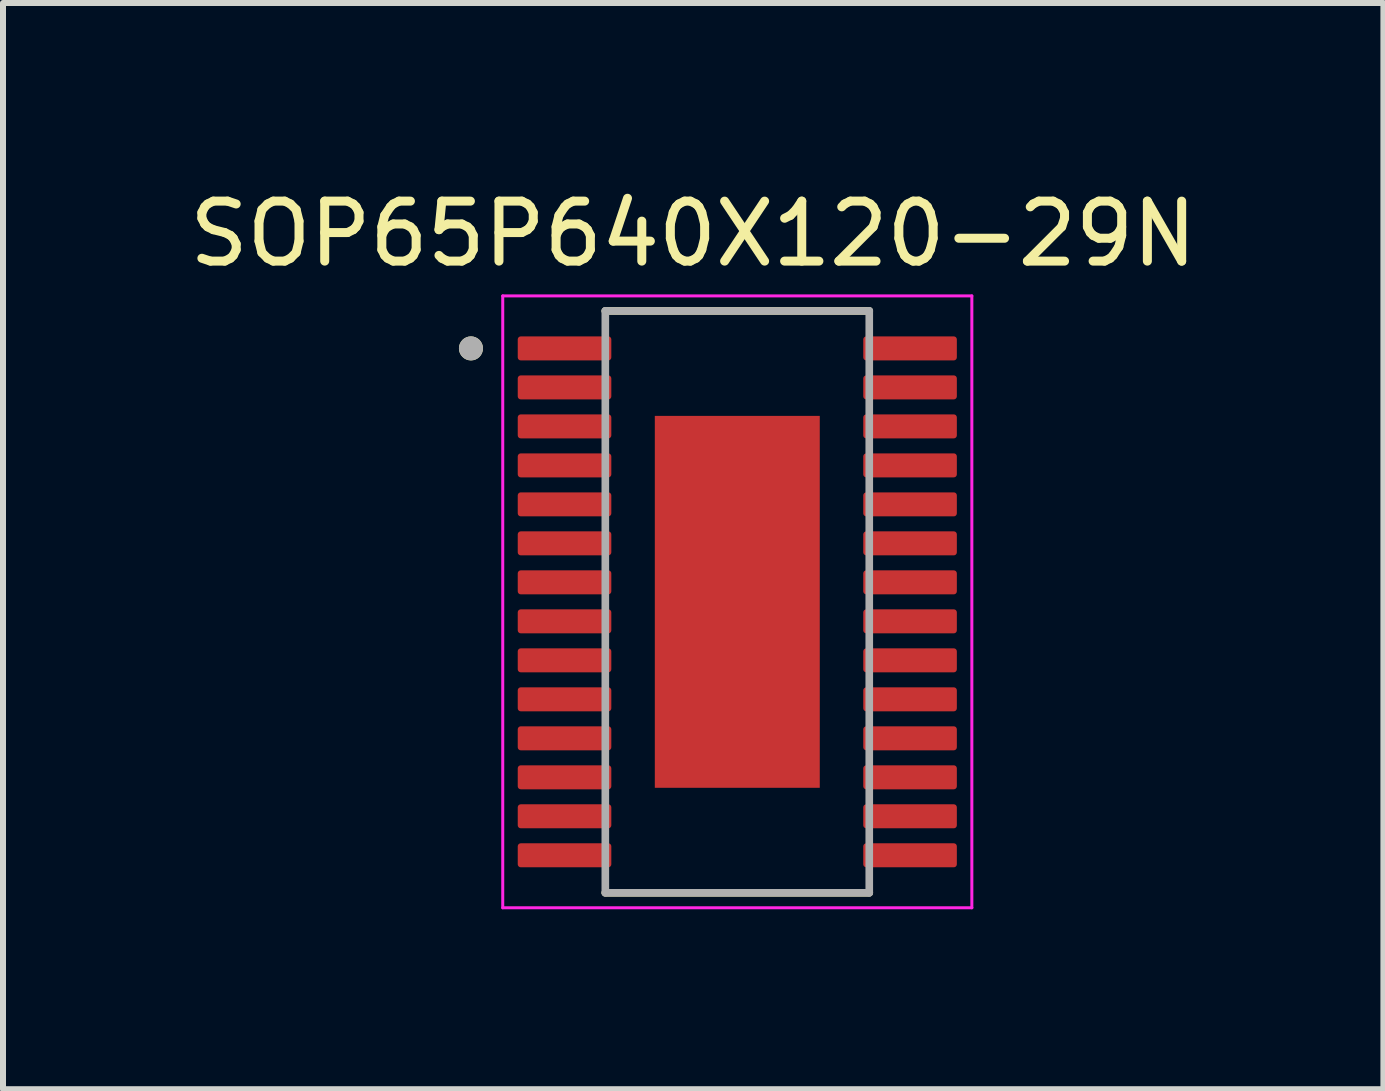
<source format=kicad_pcb>
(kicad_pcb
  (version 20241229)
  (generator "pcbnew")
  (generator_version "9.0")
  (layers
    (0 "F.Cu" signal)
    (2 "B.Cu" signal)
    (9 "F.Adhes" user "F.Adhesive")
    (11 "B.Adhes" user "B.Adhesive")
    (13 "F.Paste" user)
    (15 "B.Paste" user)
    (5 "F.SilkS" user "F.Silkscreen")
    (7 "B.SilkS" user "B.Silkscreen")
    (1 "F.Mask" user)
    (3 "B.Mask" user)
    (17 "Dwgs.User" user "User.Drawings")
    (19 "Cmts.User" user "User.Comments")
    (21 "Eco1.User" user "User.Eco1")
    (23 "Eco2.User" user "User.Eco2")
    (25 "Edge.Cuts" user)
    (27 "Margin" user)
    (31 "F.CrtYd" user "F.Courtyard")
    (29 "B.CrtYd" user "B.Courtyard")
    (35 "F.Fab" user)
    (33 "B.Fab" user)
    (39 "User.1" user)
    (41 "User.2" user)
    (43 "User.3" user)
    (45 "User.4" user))
  (footprint "SOP65P640X120-29N"
    (layer "F.Cu")
    (at 9.241 6.983)
    (property "Reference" "SOP65P640X120-29N" (at -0.735 -6.135 0) (layer "F.SilkS") (effects (font (size 1 1) (thickness 0.15))))
    (attr smd)
    (fp_line (start -2.2 -4.85) (end 2.2 -4.85) (stroke (width 0.127) (type solid)) (layer "F.SilkS"))
    (fp_line (start -2.2 4.85) (end 2.2 4.85) (stroke (width 0.127) (type solid)) (layer "F.SilkS"))
    (fp_circle (center -4.44 -4.225) (end -4.34 -4.225) (stroke (width 0.2) (type solid)) (fill no) (layer "F.SilkS"))
    (fp_poly (pts (xy -0.925 -2.655) (xy -0.225 -2.655) (xy -0.225 -0.225) (xy -0.925 -0.225)) (stroke (width 0.01) (type solid)) (fill yes) (layer "F.Paste"))
    (fp_poly (pts (xy -0.925 0.225) (xy -0.225 0.225) (xy -0.225 2.655) (xy -0.925 2.655)) (stroke (width 0.01) (type solid)) (fill yes) (layer "F.Paste"))
    (fp_poly (pts (xy 0.225 -2.655) (xy 0.925 -2.655) (xy 0.925 -0.225) (xy 0.225 -0.225)) (stroke (width 0.01) (type solid)) (fill yes) (layer "F.Paste"))
    (fp_poly (pts (xy 0.225 0.225) (xy 0.925 0.225) (xy 0.925 2.655) (xy 0.225 2.655)) (stroke (width 0.01) (type solid)) (fill yes) (layer "F.Paste"))
    (fp_line (start -3.91 -5.1) (end -3.91 5.1) (stroke (width 0.05) (type solid)) (layer "F.CrtYd"))
    (fp_line (start -3.91 -5.1) (end 3.91 -5.1) (stroke (width 0.05) (type solid)) (layer "F.CrtYd"))
    (fp_line (start -3.91 5.1) (end 3.91 5.1) (stroke (width 0.05) (type solid)) (layer "F.CrtYd"))
    (fp_line (start 3.91 -5.1) (end 3.91 5.1) (stroke (width 0.05) (type solid)) (layer "F.CrtYd"))
    (fp_line (start -2.2 -4.85) (end -2.2 4.85) (stroke (width 0.127) (type solid)) (layer "F.Fab"))
    (fp_line (start -2.2 -4.85) (end 2.2 -4.85) (stroke (width 0.127) (type solid)) (layer "F.Fab"))
    (fp_line (start -2.2 4.85) (end 2.2 4.85) (stroke (width 0.127) (type solid)) (layer "F.Fab"))
    (fp_line (start 2.2 -4.85) (end 2.2 4.85) (stroke (width 0.127) (type solid)) (layer "F.Fab"))
    (fp_circle (center -4.44 -4.225) (end -4.34 -4.225) (stroke (width 0.2) (type solid)) (fill no) (layer "F.Fab"))
    (pad "1" smd roundrect (at -2.88 -4.225) (size 1.56 0.4) (layers "F.Cu" "F.Mask" "F.Paste") (roundrect_rratio 0.125))
    (pad "2" smd roundrect (at -2.88 -3.575) (size 1.56 0.4) (layers "F.Cu" "F.Mask" "F.Paste") (roundrect_rratio 0.125))
    (pad "3" smd roundrect (at -2.88 -2.925) (size 1.56 0.4) (layers "F.Cu" "F.Mask" "F.Paste") (roundrect_rratio 0.125))
    (pad "4" smd roundrect (at -2.88 -2.275) (size 1.56 0.4) (layers "F.Cu" "F.Mask" "F.Paste") (roundrect_rratio 0.125))
    (pad "5" smd roundrect (at -2.88 -1.625) (size 1.56 0.4) (layers "F.Cu" "F.Mask" "F.Paste") (roundrect_rratio 0.125))
    (pad "6" smd roundrect (at -2.88 -0.975) (size 1.56 0.4) (layers "F.Cu" "F.Mask" "F.Paste") (roundrect_rratio 0.125))
    (pad "7" smd roundrect (at -2.88 -0.325) (size 1.56 0.4) (layers "F.Cu" "F.Mask" "F.Paste") (roundrect_rratio 0.125))
    (pad "8" smd roundrect (at -2.88 0.325) (size 1.56 0.4) (layers "F.Cu" "F.Mask" "F.Paste") (roundrect_rratio 0.125))
    (pad "9" smd roundrect (at -2.88 0.975) (size 1.56 0.4) (layers "F.Cu" "F.Mask" "F.Paste") (roundrect_rratio 0.125))
    (pad "10" smd roundrect (at -2.88 1.625) (size 1.56 0.4) (layers "F.Cu" "F.Mask" "F.Paste") (roundrect_rratio 0.125))
    (pad "11" smd roundrect (at -2.88 2.275) (size 1.56 0.4) (layers "F.Cu" "F.Mask" "F.Paste") (roundrect_rratio 0.125))
    (pad "12" smd roundrect (at -2.88 2.925) (size 1.56 0.4) (layers "F.Cu" "F.Mask" "F.Paste") (roundrect_rratio 0.125))
    (pad "13" smd roundrect (at -2.88 3.575) (size 1.56 0.4) (layers "F.Cu" "F.Mask" "F.Paste") (roundrect_rratio 0.125))
    (pad "14" smd roundrect (at -2.88 4.225) (size 1.56 0.4) (layers "F.Cu" "F.Mask" "F.Paste") (roundrect_rratio 0.125))
    (pad "15" smd roundrect (at 2.88 4.225) (size 1.56 0.4) (layers "F.Cu" "F.Mask" "F.Paste") (roundrect_rratio 0.125))
    (pad "16" smd roundrect (at 2.88 3.575) (size 1.56 0.4) (layers "F.Cu" "F.Mask" "F.Paste") (roundrect_rratio 0.125))
    (pad "17" smd roundrect (at 2.88 2.925) (size 1.56 0.4) (layers "F.Cu" "F.Mask" "F.Paste") (roundrect_rratio 0.125))
    (pad "18" smd roundrect (at 2.88 2.275) (size 1.56 0.4) (layers "F.Cu" "F.Mask" "F.Paste") (roundrect_rratio 0.125))
    (pad "19" smd roundrect (at 2.88 1.625) (size 1.56 0.4) (layers "F.Cu" "F.Mask" "F.Paste") (roundrect_rratio 0.125))
    (pad "20" smd roundrect (at 2.88 0.975) (size 1.56 0.4) (layers "F.Cu" "F.Mask" "F.Paste") (roundrect_rratio 0.125))
    (pad "21" smd roundrect (at 2.88 0.325) (size 1.56 0.4) (layers "F.Cu" "F.Mask" "F.Paste") (roundrect_rratio 0.125))
    (pad "22" smd roundrect (at 2.88 -0.325) (size 1.56 0.4) (layers "F.Cu" "F.Mask" "F.Paste") (roundrect_rratio 0.125))
    (pad "23" smd roundrect (at 2.88 -0.975) (size 1.56 0.4) (layers "F.Cu" "F.Mask" "F.Paste") (roundrect_rratio 0.125))
    (pad "24" smd roundrect (at 2.88 -1.625) (size 1.56 0.4) (layers "F.Cu" "F.Mask" "F.Paste") (roundrect_rratio 0.125))
    (pad "25" smd roundrect (at 2.88 -2.275) (size 1.56 0.4) (layers "F.Cu" "F.Mask" "F.Paste") (roundrect_rratio 0.125))
    (pad "26" smd roundrect (at 2.88 -2.925) (size 1.56 0.4) (layers "F.Cu" "F.Mask" "F.Paste") (roundrect_rratio 0.125))
    (pad "27" smd roundrect (at 2.88 -3.575) (size 1.56 0.4) (layers "F.Cu" "F.Mask" "F.Paste") (roundrect_rratio 0.125))
    (pad "28" smd roundrect (at 2.88 -4.225) (size 1.56 0.4) (layers "F.Cu" "F.Mask" "F.Paste") (roundrect_rratio 0.125))
    (pad "29" smd rect (at 0 0) (size 2.75 6.2) (layers "F.Cu" "F.Mask")))
  (gr_rect
    (start -3 -3)
    (end 20.012 15.108)
    (stroke (width 0.1) (type default))
    (fill no)
    (layer "Edge.Cuts")))
</source>
